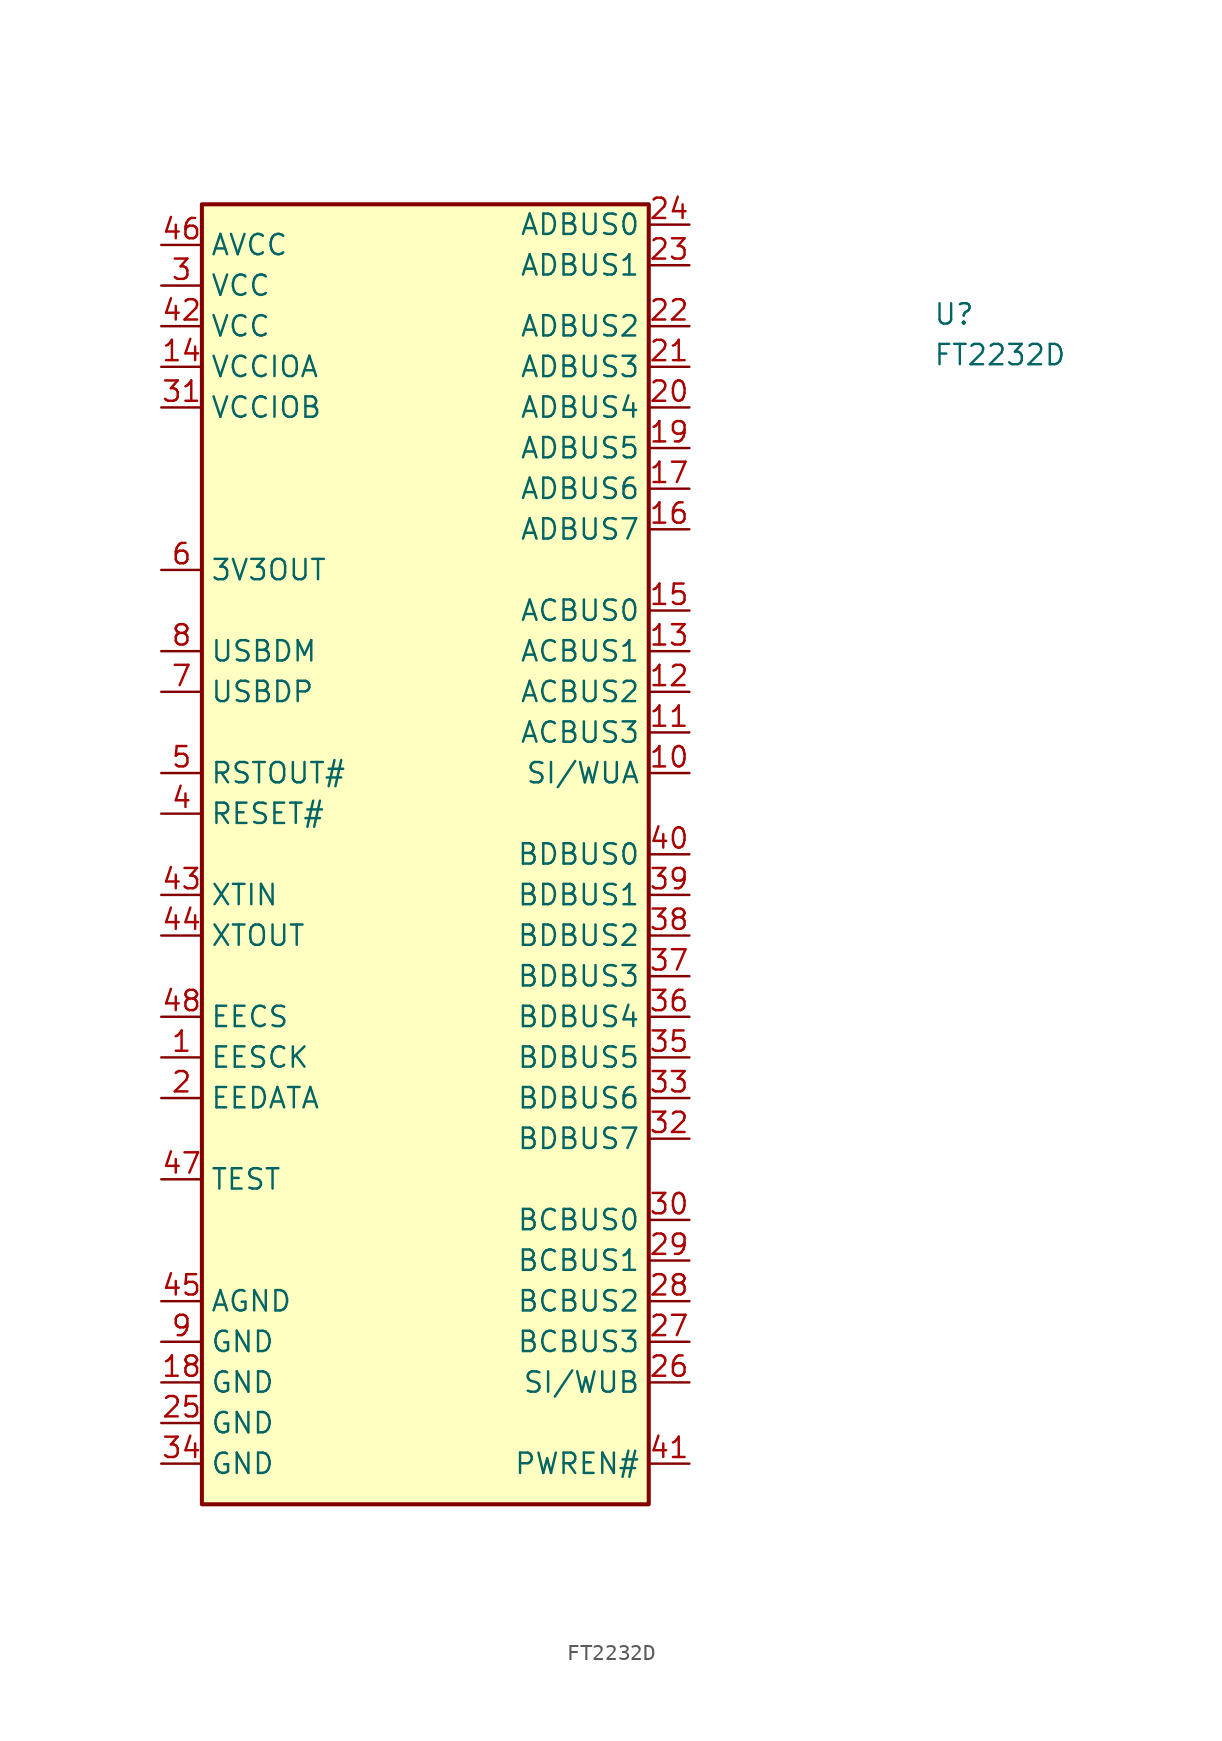
<source format=kicad_sym>
(kicad_symbol_lib
  (version 20211014)
  (generator kicad_symbol_editor)
  (symbol "FT2232D"
    (property "Reference" "U"
      (at 48.26 -6.35 0)
      (effects (font (size 1.27 1.27) (thickness 0.15)) (justify left bottom)))
    (property "Value" "FT2232D"
      (at 48.26 -8.89 0)
      (effects (font (size 1.27 1.27) (thickness 0.15)) (justify left bottom)))
    (symbol "FT2232D_1_1"
      (rectangle (start 2.54 -80.01) (end 30.48 1.27) (stroke (width 0.254) (type default) (color 0 0 0 0)) (fill (type background)))
      (pin passive line (at 0 -52.07 0) (length 2.54) (name "EESCK" (effects (font (size 1.27 1.27)))) (number "1" (effects (font (size 1.27 1.27)))))
      (pin passive line (at 33.02 -34.29 180) (length 2.54) (name "SI/WUA" (effects (font (size 1.27 1.27)))) (number "10" (effects (font (size 1.27 1.27)))))
      (pin passive line (at 33.02 -31.75 180) (length 2.54) (name "ACBUS3" (effects (font (size 1.27 1.27)))) (number "11" (effects (font (size 1.27 1.27)))))
      (pin passive line (at 33.02 -29.21 180) (length 2.54) (name "ACBUS2" (effects (font (size 1.27 1.27)))) (number "12" (effects (font (size 1.27 1.27)))))
      (pin passive line (at 33.02 -26.67 180) (length 2.54) (name "ACBUS1" (effects (font (size 1.27 1.27)))) (number "13" (effects (font (size 1.27 1.27)))))
      (pin passive line (at 0 -8.89 0) (length 2.54) (name "VCCIOA" (effects (font (size 1.27 1.27)))) (number "14" (effects (font (size 1.27 1.27)))))
      (pin passive line (at 33.02 -24.13 180) (length 2.54) (name "ACBUS0" (effects (font (size 1.27 1.27)))) (number "15" (effects (font (size 1.27 1.27)))))
      (pin passive line (at 33.02 -19.05 180) (length 2.54) (name "ADBUS7" (effects (font (size 1.27 1.27)))) (number "16" (effects (font (size 1.27 1.27)))))
      (pin passive line (at 33.02 -16.51 180) (length 2.54) (name "ADBUS6" (effects (font (size 1.27 1.27)))) (number "17" (effects (font (size 1.27 1.27)))))
      (pin passive line (at 0 -72.39 0) (length 2.54) (name "GND" (effects (font (size 1.27 1.27)))) (number "18" (effects (font (size 1.27 1.27)))))
      (pin passive line (at 33.02 -13.97 180) (length 2.54) (name "ADBUS5" (effects (font (size 1.27 1.27)))) (number "19" (effects (font (size 1.27 1.27)))))
      (pin passive line (at 0 -54.61 0) (length 2.54) (name "EEDATA" (effects (font (size 1.27 1.27)))) (number "2" (effects (font (size 1.27 1.27)))))
      (pin passive line (at 33.02 -11.43 180) (length 2.54) (name "ADBUS4" (effects (font (size 1.27 1.27)))) (number "20" (effects (font (size 1.27 1.27)))))
      (pin passive line (at 33.02 -8.89 180) (length 2.54) (name "ADBUS3" (effects (font (size 1.27 1.27)))) (number "21" (effects (font (size 1.27 1.27)))))
      (pin passive line (at 33.02 -6.35 180) (length 2.54) (name "ADBUS2" (effects (font (size 1.27 1.27)))) (number "22" (effects (font (size 1.27 1.27)))))
      (pin passive line (at 33.02 -2.54 180) (length 2.54) (name "ADBUS1" (effects (font (size 1.27 1.27)))) (number "23" (effects (font (size 1.27 1.27)))))
      (pin passive line (at 33.02 0 180) (length 2.54) (name "ADBUS0" (effects (font (size 1.27 1.27)))) (number "24" (effects (font (size 1.27 1.27)))))
      (pin passive line (at 0 -74.93 0) (length 2.54) (name "GND" (effects (font (size 1.27 1.27)))) (number "25" (effects (font (size 1.27 1.27)))))
      (pin passive line (at 33.02 -72.39 180) (length 2.54) (name "SI/WUB" (effects (font (size 1.27 1.27)))) (number "26" (effects (font (size 1.27 1.27)))))
      (pin passive line (at 33.02 -69.85 180) (length 2.54) (name "BCBUS3" (effects (font (size 1.27 1.27)))) (number "27" (effects (font (size 1.27 1.27)))))
      (pin passive line (at 33.02 -67.31 180) (length 2.54) (name "BCBUS2" (effects (font (size 1.27 1.27)))) (number "28" (effects (font (size 1.27 1.27)))))
      (pin passive line (at 33.02 -64.77 180) (length 2.54) (name "BCBUS1" (effects (font (size 1.27 1.27)))) (number "29" (effects (font (size 1.27 1.27)))))
      (pin passive line (at 0 -3.81 0) (length 2.54) (name "VCC" (effects (font (size 1.27 1.27)))) (number "3" (effects (font (size 1.27 1.27)))))
      (pin passive line (at 33.02 -62.23 180) (length 2.54) (name "BCBUS0" (effects (font (size 1.27 1.27)))) (number "30" (effects (font (size 1.27 1.27)))))
      (pin passive line (at 0 -11.43 0) (length 2.54) (name "VCCIOB" (effects (font (size 1.27 1.27)))) (number "31" (effects (font (size 1.27 1.27)))))
      (pin passive line (at 33.02 -57.15 180) (length 2.54) (name "BDBUS7" (effects (font (size 1.27 1.27)))) (number "32" (effects (font (size 1.27 1.27)))))
      (pin passive line (at 33.02 -54.61 180) (length 2.54) (name "BDBUS6" (effects (font (size 1.27 1.27)))) (number "33" (effects (font (size 1.27 1.27)))))
      (pin passive line (at 0 -77.47 0) (length 2.54) (name "GND" (effects (font (size 1.27 1.27)))) (number "34" (effects (font (size 1.27 1.27)))))
      (pin passive line (at 33.02 -52.07 180) (length 2.54) (name "BDBUS5" (effects (font (size 1.27 1.27)))) (number "35" (effects (font (size 1.27 1.27)))))
      (pin passive line (at 33.02 -49.53 180) (length 2.54) (name "BDBUS4" (effects (font (size 1.27 1.27)))) (number "36" (effects (font (size 1.27 1.27)))))
      (pin passive line (at 33.02 -46.99 180) (length 2.54) (name "BDBUS3" (effects (font (size 1.27 1.27)))) (number "37" (effects (font (size 1.27 1.27)))))
      (pin passive line (at 33.02 -44.45 180) (length 2.54) (name "BDBUS2" (effects (font (size 1.27 1.27)))) (number "38" (effects (font (size 1.27 1.27)))))
      (pin passive line (at 33.02 -41.91 180) (length 2.54) (name "BDBUS1" (effects (font (size 1.27 1.27)))) (number "39" (effects (font (size 1.27 1.27)))))
      (pin passive line (at 0 -36.83 0) (length 2.54) (name "RESET#" (effects (font (size 1.27 1.27)))) (number "4" (effects (font (size 1.27 1.27)))))
      (pin passive line (at 33.02 -39.37 180) (length 2.54) (name "BDBUS0" (effects (font (size 1.27 1.27)))) (number "40" (effects (font (size 1.27 1.27)))))
      (pin passive line (at 33.02 -77.47 180) (length 2.54) (name "PWREN#" (effects (font (size 1.27 1.27)))) (number "41" (effects (font (size 1.27 1.27)))))
      (pin passive line (at 0 -6.35 0) (length 2.54) (name "VCC" (effects (font (size 1.27 1.27)))) (number "42" (effects (font (size 1.27 1.27)))))
      (pin passive line (at 0 -41.91 0) (length 2.54) (name "XTIN" (effects (font (size 1.27 1.27)))) (number "43" (effects (font (size 1.27 1.27)))))
      (pin passive line (at 0 -44.45 0) (length 2.54) (name "XTOUT" (effects (font (size 1.27 1.27)))) (number "44" (effects (font (size 1.27 1.27)))))
      (pin passive line (at 0 -67.31 0) (length 2.54) (name "AGND" (effects (font (size 1.27 1.27)))) (number "45" (effects (font (size 1.27 1.27)))))
      (pin passive line (at 0 -1.27 0) (length 2.54) (name "AVCC" (effects (font (size 1.27 1.27)))) (number "46" (effects (font (size 1.27 1.27)))))
      (pin passive line (at 0 -59.69 0) (length 2.54) (name "TEST" (effects (font (size 1.27 1.27)))) (number "47" (effects (font (size 1.27 1.27)))))
      (pin passive line (at 0 -49.53 0) (length 2.54) (name "EECS" (effects (font (size 1.27 1.27)))) (number "48" (effects (font (size 1.27 1.27)))))
      (pin passive line (at 0 -34.29 0) (length 2.54) (name "RSTOUT#" (effects (font (size 1.27 1.27)))) (number "5" (effects (font (size 1.27 1.27)))))
      (pin passive line (at 0 -21.59 0) (length 2.54) (name "3V3OUT" (effects (font (size 1.27 1.27)))) (number "6" (effects (font (size 1.27 1.27)))))
      (pin passive line (at 0 -29.21 0) (length 2.54) (name "USBDP" (effects (font (size 1.27 1.27)))) (number "7" (effects (font (size 1.27 1.27)))))
      (pin passive line (at 0 -26.67 0) (length 2.54) (name "USBDM" (effects (font (size 1.27 1.27)))) (number "8" (effects (font (size 1.27 1.27)))))
      (pin passive line (at 0 -69.85 0) (length 2.54) (name "GND" (effects (font (size 1.27 1.27)))) (number "9" (effects (font (size 1.27 1.27))))))))
</source>
